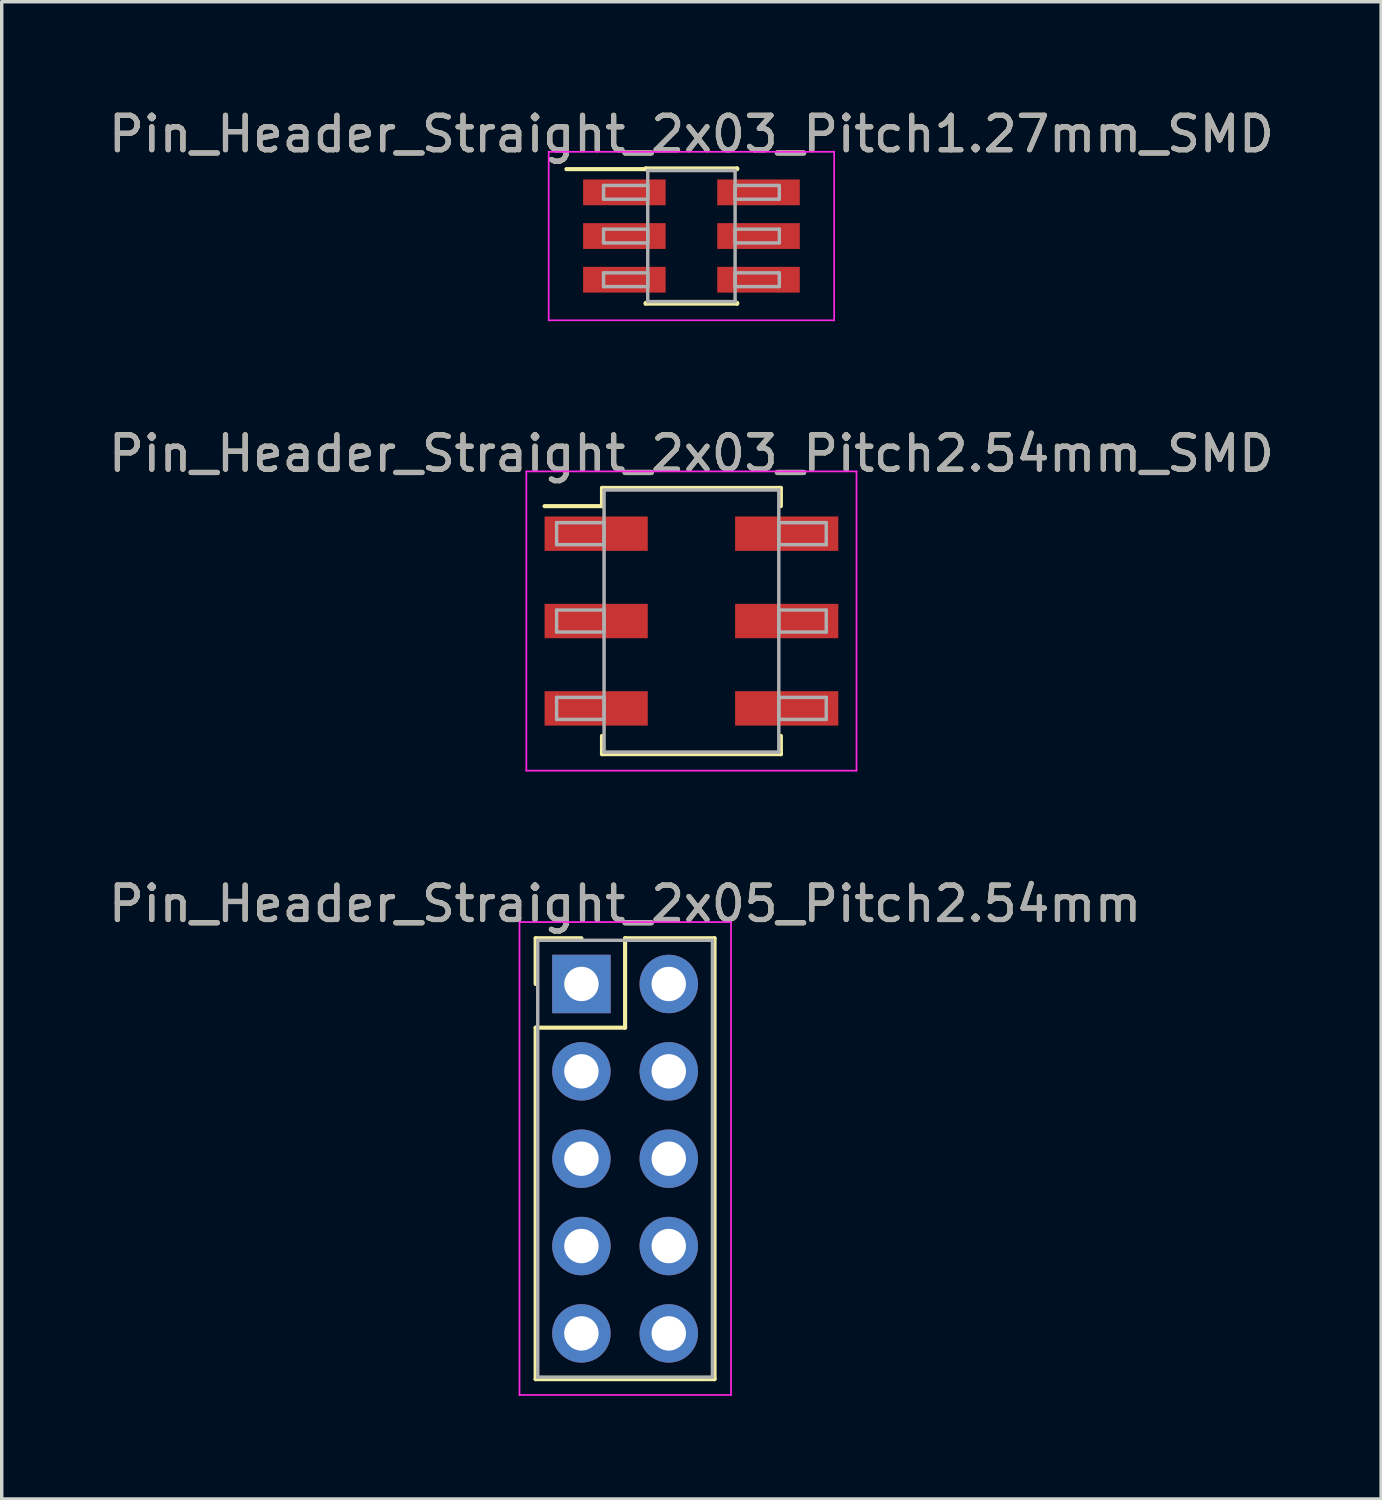
<source format=kicad_pcb>
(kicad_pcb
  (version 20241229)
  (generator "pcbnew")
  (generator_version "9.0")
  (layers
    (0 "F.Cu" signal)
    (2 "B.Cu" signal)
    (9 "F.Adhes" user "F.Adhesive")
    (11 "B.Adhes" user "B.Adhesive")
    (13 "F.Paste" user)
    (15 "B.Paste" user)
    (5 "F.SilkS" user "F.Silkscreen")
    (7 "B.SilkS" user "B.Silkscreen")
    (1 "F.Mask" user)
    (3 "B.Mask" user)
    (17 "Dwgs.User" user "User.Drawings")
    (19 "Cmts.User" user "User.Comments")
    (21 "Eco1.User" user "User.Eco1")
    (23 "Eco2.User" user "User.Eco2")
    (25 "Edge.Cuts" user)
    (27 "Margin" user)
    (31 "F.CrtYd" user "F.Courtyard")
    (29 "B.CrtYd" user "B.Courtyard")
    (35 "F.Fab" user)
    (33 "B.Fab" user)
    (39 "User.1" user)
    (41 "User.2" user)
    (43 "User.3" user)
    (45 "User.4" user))
  (footprint "Pin_Header_Straight_2x05_Pitch2.54mm"
    (layer "F.Cu")
    (at 13.855 25.56)
    (property "Reference" "Pin_Header_Straight_2x05_Pitch2.54mm" (at 1.27 -2.33 0) (layer "F.SilkS") (effects (font (size 1 1) (thickness 0.15))))
    (attr through_hole)
    (fp_line (start -1.33 -1.33) (end 0 -1.33) (stroke (width 0.12) (type solid)) (layer "F.SilkS"))
    (fp_line (start -1.33 0) (end -1.33 -1.33) (stroke (width 0.12) (type solid)) (layer "F.SilkS"))
    (fp_line (start -1.33 1.27) (end -1.33 11.49) (stroke (width 0.12) (type solid)) (layer "F.SilkS"))
    (fp_line (start -1.33 11.49) (end 3.87 11.49) (stroke (width 0.12) (type solid)) (layer "F.SilkS"))
    (fp_line (start 1.27 -1.33) (end 1.27 1.27) (stroke (width 0.12) (type solid)) (layer "F.SilkS"))
    (fp_line (start 1.27 1.27) (end -1.33 1.27) (stroke (width 0.12) (type solid)) (layer "F.SilkS"))
    (fp_line (start 3.87 -1.33) (end 1.27 -1.33) (stroke (width 0.12) (type solid)) (layer "F.SilkS"))
    (fp_line (start 3.87 11.49) (end 3.87 -1.33) (stroke (width 0.12) (type solid)) (layer "F.SilkS"))
    (fp_line (start -1.8 -1.8) (end -1.8 11.95) (stroke (width 0.05) (type solid)) (layer "F.CrtYd"))
    (fp_line (start -1.8 11.95) (end 4.35 11.95) (stroke (width 0.05) (type solid)) (layer "F.CrtYd"))
    (fp_line (start 4.35 -1.8) (end -1.8 -1.8) (stroke (width 0.05) (type solid)) (layer "F.CrtYd"))
    (fp_line (start 4.35 11.95) (end 4.35 -1.8) (stroke (width 0.05) (type solid)) (layer "F.CrtYd"))
    (fp_line (start -1.27 -1.27) (end -1.27 11.43) (stroke (width 0.1) (type solid)) (layer "F.Fab"))
    (fp_line (start -1.27 11.43) (end 3.81 11.43) (stroke (width 0.1) (type solid)) (layer "F.Fab"))
    (fp_line (start 3.81 -1.27) (end -1.27 -1.27) (stroke (width 0.1) (type solid)) (layer "F.Fab"))
    (fp_line (start 3.81 11.43) (end 3.81 -1.27) (stroke (width 0.1) (type solid)) (layer "F.Fab"))
    (fp_text user "${REFERENCE}" (at 1.27 -2.33 0) (layer "F.Fab") (effects (font (size 1 1) (thickness 0.15))))
    (pad "1" thru_hole rect (at 0 0) (size 1.7 1.7) (drill 1) (layers "*.Cu" "*.Mask"))
    (pad "2" thru_hole oval (at 2.54 0) (size 1.7 1.7) (drill 1) (layers "*.Cu" "*.Mask"))
    (pad "3" thru_hole oval (at 0 2.54) (size 1.7 1.7) (drill 1) (layers "*.Cu" "*.Mask"))
    (pad "4" thru_hole oval (at 2.54 2.54) (size 1.7 1.7) (drill 1) (layers "*.Cu" "*.Mask"))
    (pad "5" thru_hole oval (at 0 5.08) (size 1.7 1.7) (drill 1) (layers "*.Cu" "*.Mask"))
    (pad "6" thru_hole oval (at 2.54 5.08) (size 1.7 1.7) (drill 1) (layers "*.Cu" "*.Mask"))
    (pad "7" thru_hole oval (at 0 7.62) (size 1.7 1.7) (drill 1) (layers "*.Cu" "*.Mask"))
    (pad "8" thru_hole oval (at 2.54 7.62) (size 1.7 1.7) (drill 1) (layers "*.Cu" "*.Mask"))
    (pad "9" thru_hole oval (at 0 10.16) (size 1.7 1.7) (drill 1) (layers "*.Cu" "*.Mask"))
    (pad "10" thru_hole oval (at 2.54 10.16) (size 1.7 1.7) (drill 1) (layers "*.Cu" "*.Mask")))
  (footprint "Pin_Header_Straight_2x03_Pitch2.54mm_SMD"
    (layer "F.Cu")
    (at 17.054 15.007)
    (property "Reference" "Pin_Header_Straight_2x03_Pitch2.54mm_SMD" (at 0 -4.87 0) (layer "F.SilkS") (effects (font (size 1 1) (thickness 0.15))))
    (attr smd)
    (fp_line (start -4.27 -3.34) (end -2.6 -3.34) (stroke (width 0.12) (type solid)) (layer "F.SilkS"))
    (fp_line (start -2.6 -3.87) (end 2.6 -3.87) (stroke (width 0.12) (type solid)) (layer "F.SilkS"))
    (fp_line (start -2.6 -3.34) (end -2.6 -3.87) (stroke (width 0.12) (type solid)) (layer "F.SilkS"))
    (fp_line (start -2.6 3.34) (end -2.6 3.87) (stroke (width 0.12) (type solid)) (layer "F.SilkS"))
    (fp_line (start -2.6 3.87) (end 2.6 3.87) (stroke (width 0.12) (type solid)) (layer "F.SilkS"))
    (fp_line (start 2.6 -3.87) (end 2.6 -3.34) (stroke (width 0.12) (type solid)) (layer "F.SilkS"))
    (fp_line (start 2.6 3.87) (end 2.6 3.34) (stroke (width 0.12) (type solid)) (layer "F.SilkS"))
    (fp_line (start -4.8 -4.35) (end -4.8 4.35) (stroke (width 0.05) (type solid)) (layer "F.CrtYd"))
    (fp_line (start -4.8 4.35) (end 4.8 4.35) (stroke (width 0.05) (type solid)) (layer "F.CrtYd"))
    (fp_line (start 4.8 -4.35) (end -4.8 -4.35) (stroke (width 0.05) (type solid)) (layer "F.CrtYd"))
    (fp_line (start 4.8 4.35) (end 4.8 -4.35) (stroke (width 0.05) (type solid)) (layer "F.CrtYd"))
    (fp_line (start -3.92 -2.86) (end -2.54 -2.86) (stroke (width 0.1) (type solid)) (layer "F.Fab"))
    (fp_line (start -3.92 -2.22) (end -3.92 -2.86) (stroke (width 0.1) (type solid)) (layer "F.Fab"))
    (fp_line (start -3.92 -0.32) (end -2.54 -0.32) (stroke (width 0.1) (type solid)) (layer "F.Fab"))
    (fp_line (start -3.92 0.32) (end -3.92 -0.32) (stroke (width 0.1) (type solid)) (layer "F.Fab"))
    (fp_line (start -3.92 2.22) (end -2.54 2.22) (stroke (width 0.1) (type solid)) (layer "F.Fab"))
    (fp_line (start -3.92 2.86) (end -3.92 2.22) (stroke (width 0.1) (type solid)) (layer "F.Fab"))
    (fp_line (start -2.54 -3.81) (end -2.54 3.81) (stroke (width 0.1) (type solid)) (layer "F.Fab"))
    (fp_line (start -2.54 -2.86) (end -2.54 -2.22) (stroke (width 0.1) (type solid)) (layer "F.Fab"))
    (fp_line (start -2.54 -2.22) (end -3.92 -2.22) (stroke (width 0.1) (type solid)) (layer "F.Fab"))
    (fp_line (start -2.54 -0.32) (end -2.54 0.32) (stroke (width 0.1) (type solid)) (layer "F.Fab"))
    (fp_line (start -2.54 0.32) (end -3.92 0.32) (stroke (width 0.1) (type solid)) (layer "F.Fab"))
    (fp_line (start -2.54 2.22) (end -2.54 2.86) (stroke (width 0.1) (type solid)) (layer "F.Fab"))
    (fp_line (start -2.54 2.86) (end -3.92 2.86) (stroke (width 0.1) (type solid)) (layer "F.Fab"))
    (fp_line (start -2.54 3.81) (end 2.54 3.81) (stroke (width 0.1) (type solid)) (layer "F.Fab"))
    (fp_line (start 2.54 -3.81) (end -2.54 -3.81) (stroke (width 0.1) (type solid)) (layer "F.Fab"))
    (fp_line (start 2.54 -2.86) (end 2.54 -2.22) (stroke (width 0.1) (type solid)) (layer "F.Fab"))
    (fp_line (start 2.54 -2.22) (end 3.92 -2.22) (stroke (width 0.1) (type solid)) (layer "F.Fab"))
    (fp_line (start 2.54 -0.32) (end 2.54 0.32) (stroke (width 0.1) (type solid)) (layer "F.Fab"))
    (fp_line (start 2.54 0.32) (end 3.92 0.32) (stroke (width 0.1) (type solid)) (layer "F.Fab"))
    (fp_line (start 2.54 2.22) (end 2.54 2.86) (stroke (width 0.1) (type solid)) (layer "F.Fab"))
    (fp_line (start 2.54 2.86) (end 3.92 2.86) (stroke (width 0.1) (type solid)) (layer "F.Fab"))
    (fp_line (start 2.54 3.81) (end 2.54 -3.81) (stroke (width 0.1) (type solid)) (layer "F.Fab"))
    (fp_line (start 3.92 -2.86) (end 2.54 -2.86) (stroke (width 0.1) (type solid)) (layer "F.Fab"))
    (fp_line (start 3.92 -2.22) (end 3.92 -2.86) (stroke (width 0.1) (type solid)) (layer "F.Fab"))
    (fp_line (start 3.92 -0.32) (end 2.54 -0.32) (stroke (width 0.1) (type solid)) (layer "F.Fab"))
    (fp_line (start 3.92 0.32) (end 3.92 -0.32) (stroke (width 0.1) (type solid)) (layer "F.Fab"))
    (fp_line (start 3.92 2.22) (end 2.54 2.22) (stroke (width 0.1) (type solid)) (layer "F.Fab"))
    (fp_line (start 3.92 2.86) (end 3.92 2.22) (stroke (width 0.1) (type solid)) (layer "F.Fab"))
    (fp_text user "${REFERENCE}" (at 0 -4.87 0) (layer "F.Fab") (effects (font (size 1 1) (thickness 0.15))))
    (pad "1" smd rect (at -2.77 -2.54) (size 3 1) (layers "F.Cu" "F.Mask" "F.Paste"))
    (pad "2" smd rect (at 2.77 -2.54) (size 3 1) (layers "F.Cu" "F.Mask" "F.Paste"))
    (pad "3" smd rect (at -2.77 0) (size 3 1) (layers "F.Cu" "F.Mask" "F.Paste"))
    (pad "4" smd rect (at 2.77 0) (size 3 1) (layers "F.Cu" "F.Mask" "F.Paste"))
    (pad "5" smd rect (at -2.77 2.54) (size 3 1) (layers "F.Cu" "F.Mask" "F.Paste"))
    (pad "6" smd rect (at 2.77 2.54) (size 3 1) (layers "F.Cu" "F.Mask" "F.Paste")))
  (footprint "Pin_Header_Straight_2x03_Pitch1.27mm_SMD"
    (layer "F.Cu")
    (at 17.054 3.813)
    (property "Reference" "Pin_Header_Straight_2x03_Pitch1.27mm_SMD" (at 0 -2.965 0) (layer "F.SilkS") (effects (font (size 1 1) (thickness 0.15))))
    (attr smd)
    (fp_line (start -3.635 -1.945) (end -1.33 -1.945) (stroke (width 0.12) (type solid)) (layer "F.SilkS"))
    (fp_line (start -1.33 -1.965) (end 1.33 -1.965) (stroke (width 0.12) (type solid)) (layer "F.SilkS"))
    (fp_line (start -1.33 -1.945) (end -1.33 -1.965) (stroke (width 0.12) (type solid)) (layer "F.SilkS"))
    (fp_line (start -1.33 1.945) (end -1.33 1.965) (stroke (width 0.12) (type solid)) (layer "F.SilkS"))
    (fp_line (start -1.33 1.965) (end 1.33 1.965) (stroke (width 0.12) (type solid)) (layer "F.SilkS"))
    (fp_line (start 1.33 -1.965) (end 1.33 -1.945) (stroke (width 0.12) (type solid)) (layer "F.SilkS"))
    (fp_line (start 1.33 1.965) (end 1.33 1.945) (stroke (width 0.12) (type solid)) (layer "F.SilkS"))
    (fp_line (start -4.15 -2.45) (end -4.15 2.45) (stroke (width 0.05) (type solid)) (layer "F.CrtYd"))
    (fp_line (start -4.15 2.45) (end 4.15 2.45) (stroke (width 0.05) (type solid)) (layer "F.CrtYd"))
    (fp_line (start 4.15 -2.45) (end -4.15 -2.45) (stroke (width 0.05) (type solid)) (layer "F.CrtYd"))
    (fp_line (start 4.15 2.45) (end 4.15 -2.45) (stroke (width 0.05) (type solid)) (layer "F.CrtYd"))
    (fp_line (start -2.555 -1.47) (end -1.27 -1.47) (stroke (width 0.1) (type solid)) (layer "F.Fab"))
    (fp_line (start -2.555 -1.07) (end -2.555 -1.47) (stroke (width 0.1) (type solid)) (layer "F.Fab"))
    (fp_line (start -2.555 -0.2) (end -1.27 -0.2) (stroke (width 0.1) (type solid)) (layer "F.Fab"))
    (fp_line (start -2.555 0.2) (end -2.555 -0.2) (stroke (width 0.1) (type solid)) (layer "F.Fab"))
    (fp_line (start -2.555 1.07) (end -1.27 1.07) (stroke (width 0.1) (type solid)) (layer "F.Fab"))
    (fp_line (start -2.555 1.47) (end -2.555 1.07) (stroke (width 0.1) (type solid)) (layer "F.Fab"))
    (fp_line (start -1.27 -1.905) (end -1.27 1.905) (stroke (width 0.1) (type solid)) (layer "F.Fab"))
    (fp_line (start -1.27 -1.47) (end -1.27 -1.07) (stroke (width 0.1) (type solid)) (layer "F.Fab"))
    (fp_line (start -1.27 -1.07) (end -2.555 -1.07) (stroke (width 0.1) (type solid)) (layer "F.Fab"))
    (fp_line (start -1.27 -0.2) (end -1.27 0.2) (stroke (width 0.1) (type solid)) (layer "F.Fab"))
    (fp_line (start -1.27 0.2) (end -2.555 0.2) (stroke (width 0.1) (type solid)) (layer "F.Fab"))
    (fp_line (start -1.27 1.07) (end -1.27 1.47) (stroke (width 0.1) (type solid)) (layer "F.Fab"))
    (fp_line (start -1.27 1.47) (end -2.555 1.47) (stroke (width 0.1) (type solid)) (layer "F.Fab"))
    (fp_line (start -1.27 1.905) (end 1.27 1.905) (stroke (width 0.1) (type solid)) (layer "F.Fab"))
    (fp_line (start 1.27 -1.905) (end -1.27 -1.905) (stroke (width 0.1) (type solid)) (layer "F.Fab"))
    (fp_line (start 1.27 -1.47) (end 1.27 -1.07) (stroke (width 0.1) (type solid)) (layer "F.Fab"))
    (fp_line (start 1.27 -1.07) (end 2.555 -1.07) (stroke (width 0.1) (type solid)) (layer "F.Fab"))
    (fp_line (start 1.27 -0.2) (end 1.27 0.2) (stroke (width 0.1) (type solid)) (layer "F.Fab"))
    (fp_line (start 1.27 0.2) (end 2.555 0.2) (stroke (width 0.1) (type solid)) (layer "F.Fab"))
    (fp_line (start 1.27 1.07) (end 1.27 1.47) (stroke (width 0.1) (type solid)) (layer "F.Fab"))
    (fp_line (start 1.27 1.47) (end 2.555 1.47) (stroke (width 0.1) (type solid)) (layer "F.Fab"))
    (fp_line (start 1.27 1.905) (end 1.27 -1.905) (stroke (width 0.1) (type solid)) (layer "F.Fab"))
    (fp_line (start 2.555 -1.47) (end 1.27 -1.47) (stroke (width 0.1) (type solid)) (layer "F.Fab"))
    (fp_line (start 2.555 -1.07) (end 2.555 -1.47) (stroke (width 0.1) (type solid)) (layer "F.Fab"))
    (fp_line (start 2.555 -0.2) (end 1.27 -0.2) (stroke (width 0.1) (type solid)) (layer "F.Fab"))
    (fp_line (start 2.555 0.2) (end 2.555 -0.2) (stroke (width 0.1) (type solid)) (layer "F.Fab"))
    (fp_line (start 2.555 1.07) (end 1.27 1.07) (stroke (width 0.1) (type solid)) (layer "F.Fab"))
    (fp_line (start 2.555 1.47) (end 2.555 1.07) (stroke (width 0.1) (type solid)) (layer "F.Fab"))
    (fp_text user "${REFERENCE}" (at 0 -2.965 0) (layer "F.Fab") (effects (font (size 1 1) (thickness 0.15))))
    (pad "1" smd rect (at -1.95 -1.27) (size 2.4 0.75) (layers "F.Cu" "F.Mask" "F.Paste"))
    (pad "2" smd rect (at 1.95 -1.27) (size 2.4 0.75) (layers "F.Cu" "F.Mask" "F.Paste"))
    (pad "3" smd rect (at -1.95 0) (size 2.4 0.75) (layers "F.Cu" "F.Mask" "F.Paste"))
    (pad "4" smd rect (at 1.95 0) (size 2.4 0.75) (layers "F.Cu" "F.Mask" "F.Paste"))
    (pad "5" smd rect (at -1.95 1.27) (size 2.4 0.75) (layers "F.Cu" "F.Mask" "F.Paste"))
    (pad "6" smd rect (at 1.95 1.27) (size 2.4 0.75) (layers "F.Cu" "F.Mask" "F.Paste")))
  (gr_rect
    (start -3 -3)
    (end 37.107 40.535)
    (stroke (width 0.1) (type default))
    (fill no)
    (layer "Edge.Cuts")))
</source>
